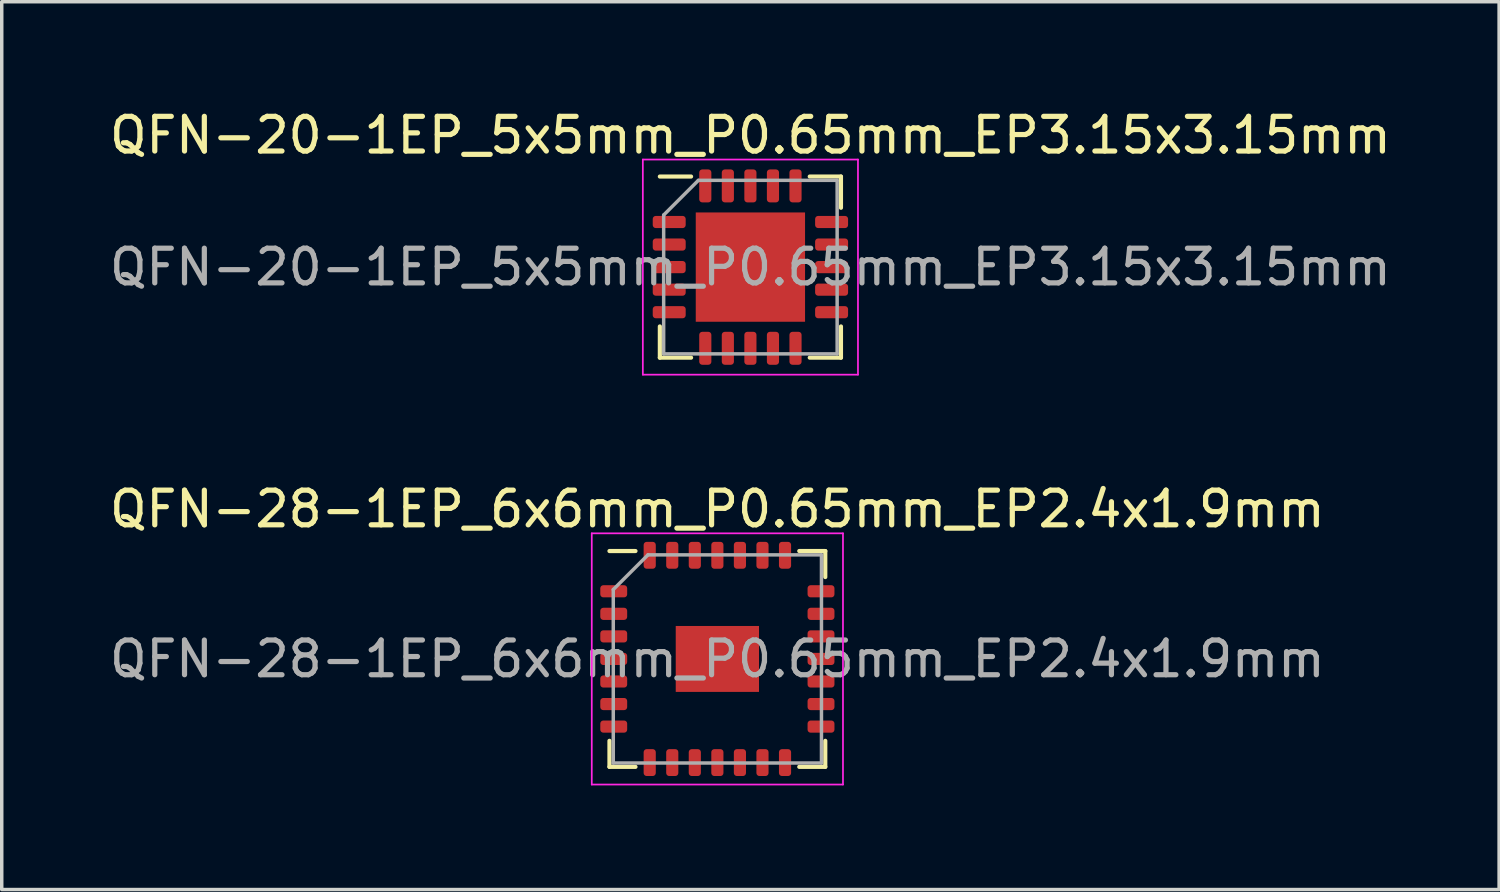
<source format=kicad_pcb>
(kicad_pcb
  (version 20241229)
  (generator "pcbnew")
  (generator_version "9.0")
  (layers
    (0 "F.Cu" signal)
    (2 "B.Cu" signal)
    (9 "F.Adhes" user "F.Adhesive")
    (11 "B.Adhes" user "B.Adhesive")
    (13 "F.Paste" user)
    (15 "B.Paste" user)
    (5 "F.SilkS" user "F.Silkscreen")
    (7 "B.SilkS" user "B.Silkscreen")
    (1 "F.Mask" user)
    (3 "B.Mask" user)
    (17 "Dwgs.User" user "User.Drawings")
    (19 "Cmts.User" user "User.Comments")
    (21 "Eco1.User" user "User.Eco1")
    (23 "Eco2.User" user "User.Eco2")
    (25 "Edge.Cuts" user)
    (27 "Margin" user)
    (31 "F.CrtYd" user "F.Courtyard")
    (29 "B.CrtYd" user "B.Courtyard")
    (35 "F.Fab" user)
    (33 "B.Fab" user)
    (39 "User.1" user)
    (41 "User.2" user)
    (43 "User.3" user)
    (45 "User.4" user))
  (footprint "QFN-28-1EP_6x6mm_P0.65mm_EP2.4x1.9mm"
    (placed yes)
    (layer "F.Cu")
    (at 17.625 15.941)
    (property "Reference" "QFN-28-1EP_6x6mm_P0.65mm_EP2.4x1.9mm" (at 0 -4.32 0) (layer "F.SilkS") (effects (font (size 1 1) (thickness 0.15))))
    (attr smd)
    (fp_line (start -3.11 3.11) (end -3.11 2.36) (stroke (width 0.12) (type solid)) (layer "F.SilkS"))
    (fp_line (start -2.36 -3.11) (end -3.11 -3.11) (stroke (width 0.12) (type solid)) (layer "F.SilkS"))
    (fp_line (start -2.36 3.11) (end -3.11 3.11) (stroke (width 0.12) (type solid)) (layer "F.SilkS"))
    (fp_line (start 2.36 -3.11) (end 3.11 -3.11) (stroke (width 0.12) (type solid)) (layer "F.SilkS"))
    (fp_line (start 2.36 3.11) (end 3.11 3.11) (stroke (width 0.12) (type solid)) (layer "F.SilkS"))
    (fp_line (start 3.11 -3.11) (end 3.11 -2.36) (stroke (width 0.12) (type solid)) (layer "F.SilkS"))
    (fp_line (start 3.11 3.11) (end 3.11 2.36) (stroke (width 0.12) (type solid)) (layer "F.SilkS"))
    (fp_line (start -3.62 -3.62) (end -3.62 3.62) (stroke (width 0.05) (type solid)) (layer "F.CrtYd"))
    (fp_line (start -3.62 3.62) (end 3.62 3.62) (stroke (width 0.05) (type solid)) (layer "F.CrtYd"))
    (fp_line (start 3.62 -3.62) (end -3.62 -3.62) (stroke (width 0.05) (type solid)) (layer "F.CrtYd"))
    (fp_line (start 3.62 3.62) (end 3.62 -3.62) (stroke (width 0.05) (type solid)) (layer "F.CrtYd"))
    (fp_line (start -3 -2) (end -2 -3) (stroke (width 0.1) (type solid)) (layer "F.Fab"))
    (fp_line (start -3 3) (end -3 -2) (stroke (width 0.1) (type solid)) (layer "F.Fab"))
    (fp_line (start -2 -3) (end 3 -3) (stroke (width 0.1) (type solid)) (layer "F.Fab"))
    (fp_line (start 3 -3) (end 3 3) (stroke (width 0.1) (type solid)) (layer "F.Fab"))
    (fp_line (start 3 3) (end -3 3) (stroke (width 0.1) (type solid)) (layer "F.Fab"))
    (fp_text user "${REFERENCE}" (at 0 0 0) (layer "F.Fab") (effects (font (size 1 1) (thickness 0.15))))
    (pad "" smd roundrect (at 0 0) (size 1.29 1.29) (layers "F.Paste") (roundrect_rratio 0.194))
    (pad "1" smd roundrect (at -2.987 -1.95) (size 0.775 0.35) (layers "F.Cu" "F.Mask" "F.Paste") (roundrect_rratio 0.25))
    (pad "2" smd roundrect (at -2.987 -1.3) (size 0.775 0.35) (layers "F.Cu" "F.Mask" "F.Paste") (roundrect_rratio 0.25))
    (pad "3" smd roundrect (at -2.987 -0.65) (size 0.775 0.35) (layers "F.Cu" "F.Mask" "F.Paste") (roundrect_rratio 0.25))
    (pad "4" smd roundrect (at -2.987 0) (size 0.775 0.35) (layers "F.Cu" "F.Mask" "F.Paste") (roundrect_rratio 0.25))
    (pad "5" smd roundrect (at -2.987 0.65) (size 0.775 0.35) (layers "F.Cu" "F.Mask" "F.Paste") (roundrect_rratio 0.25))
    (pad "6" smd roundrect (at -2.987 1.3) (size 0.775 0.35) (layers "F.Cu" "F.Mask" "F.Paste") (roundrect_rratio 0.25))
    (pad "7" smd roundrect (at -2.987 1.95) (size 0.775 0.35) (layers "F.Cu" "F.Mask" "F.Paste") (roundrect_rratio 0.25))
    (pad "8" smd roundrect (at -1.95 2.987 90) (size 0.775 0.35) (layers "F.Cu" "F.Mask" "F.Paste") (roundrect_rratio 0.25))
    (pad "9" smd roundrect (at -1.3 2.987 90) (size 0.775 0.35) (layers "F.Cu" "F.Mask" "F.Paste") (roundrect_rratio 0.25))
    (pad "10" smd roundrect (at -0.65 2.987 90) (size 0.775 0.35) (layers "F.Cu" "F.Mask" "F.Paste") (roundrect_rratio 0.25))
    (pad "11" smd roundrect (at 0 2.987 90) (size 0.775 0.35) (layers "F.Cu" "F.Mask" "F.Paste") (roundrect_rratio 0.25))
    (pad "12" smd roundrect (at 0.65 2.987 90) (size 0.775 0.35) (layers "F.Cu" "F.Mask" "F.Paste") (roundrect_rratio 0.25))
    (pad "13" smd roundrect (at 1.3 2.987 90) (size 0.775 0.35) (layers "F.Cu" "F.Mask" "F.Paste") (roundrect_rratio 0.25))
    (pad "14" smd roundrect (at 1.95 2.987 90) (size 0.775 0.35) (layers "F.Cu" "F.Mask" "F.Paste") (roundrect_rratio 0.25))
    (pad "15" smd roundrect (at 2.987 1.95) (size 0.775 0.35) (layers "F.Cu" "F.Mask" "F.Paste") (roundrect_rratio 0.25))
    (pad "16" smd roundrect (at 2.987 1.3) (size 0.775 0.35) (layers "F.Cu" "F.Mask" "F.Paste") (roundrect_rratio 0.25))
    (pad "17" smd roundrect (at 2.987 0.65) (size 0.775 0.35) (layers "F.Cu" "F.Mask" "F.Paste") (roundrect_rratio 0.25))
    (pad "18" smd roundrect (at 2.987 0) (size 0.775 0.35) (layers "F.Cu" "F.Mask" "F.Paste") (roundrect_rratio 0.25))
    (pad "19" smd roundrect (at 2.987 -0.65) (size 0.775 0.35) (layers "F.Cu" "F.Mask" "F.Paste") (roundrect_rratio 0.25))
    (pad "20" smd roundrect (at 2.987 -1.3) (size 0.775 0.35) (layers "F.Cu" "F.Mask" "F.Paste") (roundrect_rratio 0.25))
    (pad "21" smd roundrect (at 2.987 -1.95) (size 0.775 0.35) (layers "F.Cu" "F.Mask" "F.Paste") (roundrect_rratio 0.25))
    (pad "22" smd roundrect (at 1.95 -2.987 90) (size 0.775 0.35) (layers "F.Cu" "F.Mask" "F.Paste") (roundrect_rratio 0.25))
    (pad "23" smd roundrect (at 1.3 -2.987 90) (size 0.775 0.35) (layers "F.Cu" "F.Mask" "F.Paste") (roundrect_rratio 0.25))
    (pad "24" smd roundrect (at 0.65 -2.987 90) (size 0.775 0.35) (layers "F.Cu" "F.Mask" "F.Paste") (roundrect_rratio 0.25))
    (pad "25" smd roundrect (at 0 -2.987 90) (size 0.775 0.35) (layers "F.Cu" "F.Mask" "F.Paste") (roundrect_rratio 0.25))
    (pad "26" smd roundrect (at -0.65 -2.987 90) (size 0.775 0.35) (layers "F.Cu" "F.Mask" "F.Paste") (roundrect_rratio 0.25))
    (pad "27" smd roundrect (at -1.3 -2.987 90) (size 0.775 0.35) (layers "F.Cu" "F.Mask" "F.Paste") (roundrect_rratio 0.25))
    (pad "28" smd roundrect (at -1.95 -2.987 90) (size 0.775 0.35) (layers "F.Cu" "F.Mask" "F.Paste") (roundrect_rratio 0.25))
    (pad "29" smd rect (at 0 0) (size 2.4 1.9) (layers "F.Cu" "F.Mask")))
  (footprint "QFN-20-1EP_5x5mm_P0.65mm_EP3.15x3.15mm"
    (layer "F.Cu")
    (at 18.577 4.648)
    (property "Reference" "QFN-20-1EP_5x5mm_P0.65mm_EP3.15x3.15mm" (at 0 -3.8 0) (layer "F.SilkS") (effects (font (size 1 1) (thickness 0.15))))
    (attr smd)
    (fp_line (start -2.61 2.61) (end -2.61 1.71) (stroke (width 0.12) (type solid)) (layer "F.SilkS"))
    (fp_line (start -1.71 -2.61) (end -2.61 -2.61) (stroke (width 0.12) (type solid)) (layer "F.SilkS"))
    (fp_line (start -1.71 2.61) (end -2.61 2.61) (stroke (width 0.12) (type solid)) (layer "F.SilkS"))
    (fp_line (start 1.71 -2.61) (end 2.61 -2.61) (stroke (width 0.12) (type solid)) (layer "F.SilkS"))
    (fp_line (start 1.71 2.61) (end 2.61 2.61) (stroke (width 0.12) (type solid)) (layer "F.SilkS"))
    (fp_line (start 2.61 -2.61) (end 2.61 -1.71) (stroke (width 0.12) (type solid)) (layer "F.SilkS"))
    (fp_line (start 2.61 2.61) (end 2.61 1.71) (stroke (width 0.12) (type solid)) (layer "F.SilkS"))
    (fp_line (start -3.1 -3.1) (end -3.1 3.1) (stroke (width 0.05) (type solid)) (layer "F.CrtYd"))
    (fp_line (start -3.1 3.1) (end 3.1 3.1) (stroke (width 0.05) (type solid)) (layer "F.CrtYd"))
    (fp_line (start 3.1 -3.1) (end -3.1 -3.1) (stroke (width 0.05) (type solid)) (layer "F.CrtYd"))
    (fp_line (start 3.1 3.1) (end 3.1 -3.1) (stroke (width 0.05) (type solid)) (layer "F.CrtYd"))
    (fp_line (start -2.5 -1.5) (end -1.5 -2.5) (stroke (width 0.1) (type solid)) (layer "F.Fab"))
    (fp_line (start -2.5 2.5) (end -2.5 -1.5) (stroke (width 0.1) (type solid)) (layer "F.Fab"))
    (fp_line (start -1.5 -2.5) (end 2.5 -2.5) (stroke (width 0.1) (type solid)) (layer "F.Fab"))
    (fp_line (start 2.5 -2.5) (end 2.5 2.5) (stroke (width 0.1) (type solid)) (layer "F.Fab"))
    (fp_line (start 2.5 2.5) (end -2.5 2.5) (stroke (width 0.1) (type solid)) (layer "F.Fab"))
    (fp_text user "${REFERENCE}" (at 0 0 0) (layer "F.Fab") (effects (font (size 1 1) (thickness 0.15))))
    (pad "" smd roundrect (at -0.782 -0.782) (size 1.235 1.235) (layers "F.Paste") (roundrect_rratio 0.185))
    (pad "" smd roundrect (at -0.782 0.782) (size 1.235 1.235) (layers "F.Paste") (roundrect_rratio 0.185))
    (pad "" smd roundrect (at 0.782 -0.782) (size 1.235 1.235) (layers "F.Paste") (roundrect_rratio 0.185))
    (pad "" smd roundrect (at 0.782 0.782) (size 1.235 1.235) (layers "F.Paste") (roundrect_rratio 0.185))
    (pad "1" smd roundrect (at -2.34 -1.3) (size 0.95 0.35) (layers "F.Cu" "F.Mask" "F.Paste") (roundrect_rratio 0.25))
    (pad "2" smd roundrect (at -2.34 -0.65) (size 0.95 0.35) (layers "F.Cu" "F.Mask" "F.Paste") (roundrect_rratio 0.25))
    (pad "3" smd roundrect (at -2.34 0) (size 0.95 0.35) (layers "F.Cu" "F.Mask" "F.Paste") (roundrect_rratio 0.25))
    (pad "4" smd roundrect (at -2.34 0.65) (size 0.95 0.35) (layers "F.Cu" "F.Mask" "F.Paste") (roundrect_rratio 0.25))
    (pad "5" smd roundrect (at -2.34 1.3) (size 0.95 0.35) (layers "F.Cu" "F.Mask" "F.Paste") (roundrect_rratio 0.25))
    (pad "6" smd roundrect (at -1.3 2.34 90) (size 0.95 0.35) (layers "F.Cu" "F.Mask" "F.Paste") (roundrect_rratio 0.25))
    (pad "7" smd roundrect (at -0.65 2.34 90) (size 0.95 0.35) (layers "F.Cu" "F.Mask" "F.Paste") (roundrect_rratio 0.25))
    (pad "8" smd roundrect (at 0 2.34 90) (size 0.95 0.35) (layers "F.Cu" "F.Mask" "F.Paste") (roundrect_rratio 0.25))
    (pad "9" smd roundrect (at 0.65 2.34 90) (size 0.95 0.35) (layers "F.Cu" "F.Mask" "F.Paste") (roundrect_rratio 0.25))
    (pad "10" smd roundrect (at 1.3 2.34 90) (size 0.95 0.35) (layers "F.Cu" "F.Mask" "F.Paste") (roundrect_rratio 0.25))
    (pad "11" smd roundrect (at 2.34 1.3) (size 0.95 0.35) (layers "F.Cu" "F.Mask" "F.Paste") (roundrect_rratio 0.25))
    (pad "12" smd roundrect (at 2.34 0.65) (size 0.95 0.35) (layers "F.Cu" "F.Mask" "F.Paste") (roundrect_rratio 0.25))
    (pad "13" smd roundrect (at 2.34 0) (size 0.95 0.35) (layers "F.Cu" "F.Mask" "F.Paste") (roundrect_rratio 0.25))
    (pad "14" smd roundrect (at 2.34 -0.65) (size 0.95 0.35) (layers "F.Cu" "F.Mask" "F.Paste") (roundrect_rratio 0.25))
    (pad "15" smd roundrect (at 2.34 -1.3) (size 0.95 0.35) (layers "F.Cu" "F.Mask" "F.Paste") (roundrect_rratio 0.25))
    (pad "16" smd roundrect (at 1.3 -2.34 90) (size 0.95 0.35) (layers "F.Cu" "F.Mask" "F.Paste") (roundrect_rratio 0.25))
    (pad "17" smd roundrect (at 0.65 -2.34 90) (size 0.95 0.35) (layers "F.Cu" "F.Mask" "F.Paste") (roundrect_rratio 0.25))
    (pad "18" smd roundrect (at 0 -2.34 90) (size 0.95 0.35) (layers "F.Cu" "F.Mask" "F.Paste") (roundrect_rratio 0.25))
    (pad "19" smd roundrect (at -0.65 -2.34 90) (size 0.95 0.35) (layers "F.Cu" "F.Mask" "F.Paste") (roundrect_rratio 0.25))
    (pad "20" smd roundrect (at -1.3 -2.34 90) (size 0.95 0.35) (layers "F.Cu" "F.Mask" "F.Paste") (roundrect_rratio 0.25))
    (pad "21" smd rect (at 0 0) (size 3.15 3.15) (layers "F.Cu" "F.Mask")))
  (gr_rect
    (start -3 -3)
    (end 40.155 22.587)
    (stroke (width 0.1) (type default))
    (fill no)
    (layer "Edge.Cuts")))
</source>
